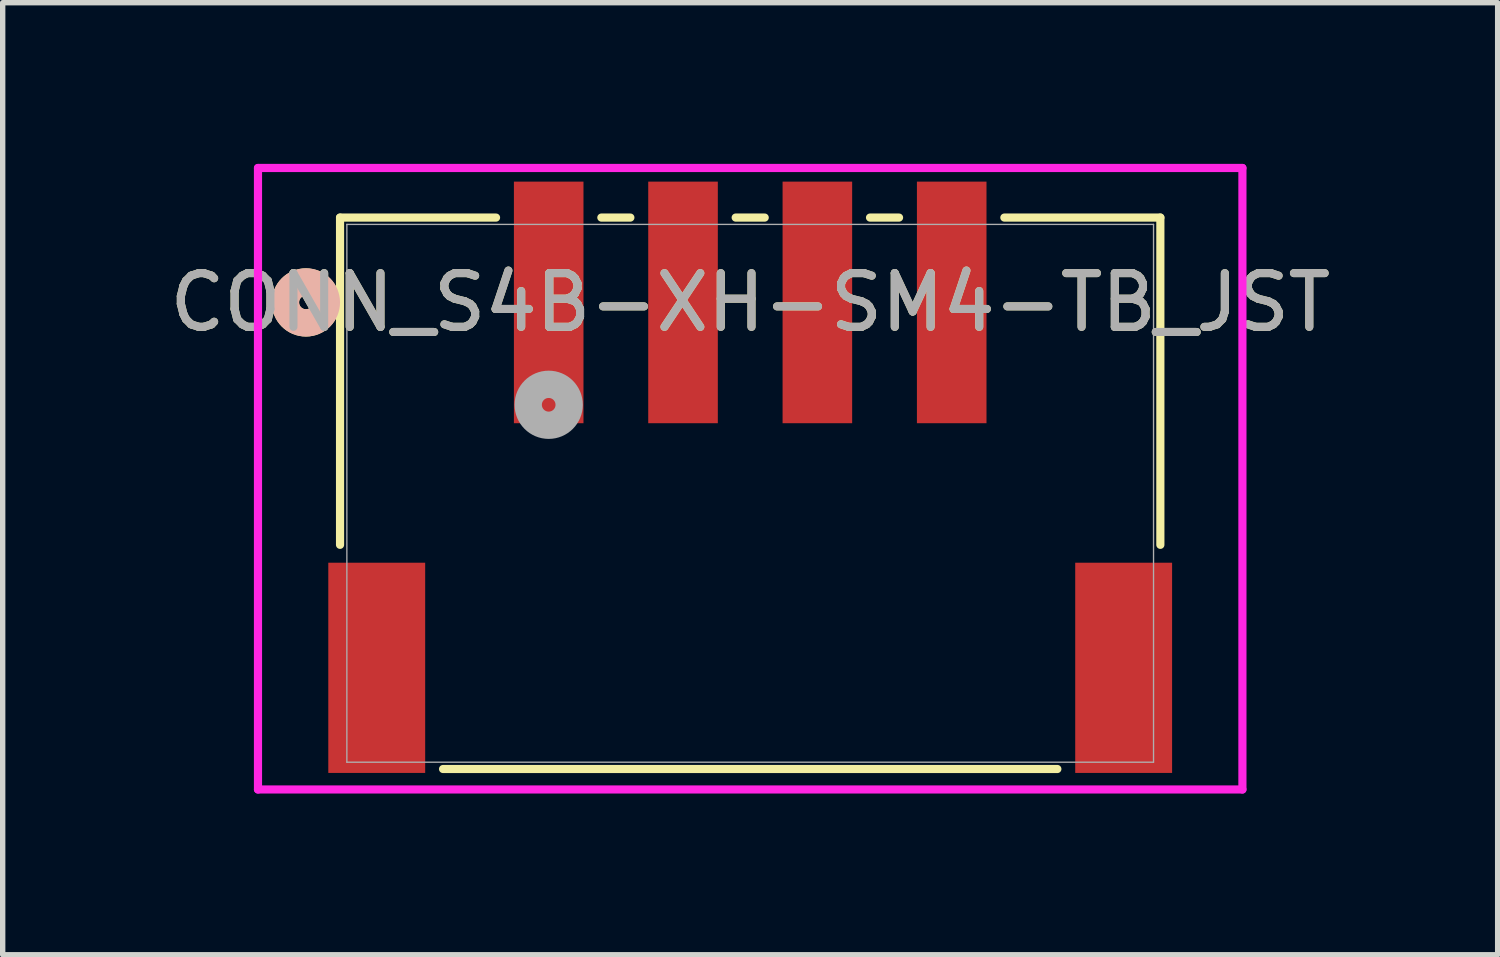
<source format=kicad_pcb>
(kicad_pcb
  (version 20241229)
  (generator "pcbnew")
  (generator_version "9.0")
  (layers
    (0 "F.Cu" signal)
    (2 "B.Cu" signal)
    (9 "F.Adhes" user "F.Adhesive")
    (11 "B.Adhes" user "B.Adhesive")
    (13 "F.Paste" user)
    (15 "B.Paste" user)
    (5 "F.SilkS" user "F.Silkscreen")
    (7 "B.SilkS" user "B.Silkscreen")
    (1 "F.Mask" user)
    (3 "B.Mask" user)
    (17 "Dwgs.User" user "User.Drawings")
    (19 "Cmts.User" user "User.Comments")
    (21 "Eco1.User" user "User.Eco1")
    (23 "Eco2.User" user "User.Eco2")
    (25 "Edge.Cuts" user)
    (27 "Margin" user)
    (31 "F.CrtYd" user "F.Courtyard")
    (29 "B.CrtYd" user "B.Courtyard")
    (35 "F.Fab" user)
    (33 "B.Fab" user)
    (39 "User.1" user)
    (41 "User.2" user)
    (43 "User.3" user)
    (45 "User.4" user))
  (footprint "CONN_S4B-XH-SM4-TB_JST"
    (layer "F.Cu")
    (at 10.911 6.13)
    (property "Reference" "CONN_S4B-XH-SM4-TB_JST" (at 0 -3.552 0) (unlocked yes) (layer "F.SilkS") (effects (font (size 1 1) (thickness 0.15))))
    (attr smd)
    (fp_line (start -7.633 -5.131) (end -7.633 0.959) (stroke (width 0.152) (type solid)) (layer "F.SilkS"))
    (fp_line (start -5.716 5.131) (end 5.716 5.131) (stroke (width 0.152) (type solid)) (layer "F.SilkS"))
    (fp_line (start -4.73 -5.131) (end -7.633 -5.131) (stroke (width 0.152) (type solid)) (layer "F.SilkS"))
    (fp_line (start -2.23 -5.131) (end -2.77 -5.131) (stroke (width 0.152) (type solid)) (layer "F.SilkS"))
    (fp_line (start 0.27 -5.131) (end -0.27 -5.131) (stroke (width 0.152) (type solid)) (layer "F.SilkS"))
    (fp_line (start 2.77 -5.131) (end 2.23 -5.131) (stroke (width 0.152) (type solid)) (layer "F.SilkS"))
    (fp_line (start 7.633 -5.131) (end 4.73 -5.131) (stroke (width 0.152) (type solid)) (layer "F.SilkS"))
    (fp_line (start 7.633 0.959) (end 7.633 -5.131) (stroke (width 0.152) (type solid)) (layer "F.SilkS"))
    (fp_circle (center -8.268 -3.552) (end -7.887 -3.552) (stroke (width 0.508) (type solid)) (fill no) (layer "F.SilkS"))
    (fp_circle (center -8.268 -3.552) (end -7.887 -3.552) (stroke (width 0.508) (type solid)) (fill no) (layer "B.SilkS"))
    (fp_line (start -9.16 -6.054) (end -9.16 5.512) (stroke (width 0.152) (type solid)) (layer "F.CrtYd"))
    (fp_line (start -9.16 5.512) (end 9.16 5.512) (stroke (width 0.152) (type solid)) (layer "F.CrtYd"))
    (fp_line (start 9.16 -6.054) (end -9.16 -6.054) (stroke (width 0.152) (type solid)) (layer "F.CrtYd"))
    (fp_line (start 9.16 5.512) (end 9.16 -6.054) (stroke (width 0.152) (type solid)) (layer "F.CrtYd"))
    (fp_line (start -7.506 -5.004) (end -7.506 5.004) (stroke (width 0.025) (type solid)) (layer "F.Fab"))
    (fp_line (start -7.506 5.004) (end 7.506 5.004) (stroke (width 0.025) (type solid)) (layer "F.Fab"))
    (fp_line (start 7.506 -5.004) (end -7.506 -5.004) (stroke (width 0.025) (type solid)) (layer "F.Fab"))
    (fp_line (start 7.506 5.004) (end 7.506 -5.004) (stroke (width 0.025) (type solid)) (layer "F.Fab"))
    (fp_circle (center -3.75 -1.647) (end -3.369 -1.647) (stroke (width 0.508) (type solid)) (fill no) (layer "F.Fab"))
    (fp_text user "${REFERENCE}" (at 0 -3.552 0) (unlocked yes) (layer "F.Fab") (effects (font (size 1 1) (thickness 0.15))))
    (pad "1" smd rect (at -3.75 -3.552) (size 1.295 4.496) (layers "F.Cu" "F.Mask" "F.Paste"))
    (pad "2" smd rect (at -1.25 -3.552) (size 1.295 4.496) (layers "F.Cu" "F.Mask" "F.Paste"))
    (pad "3" smd rect (at 1.25 -3.552) (size 1.295 4.496) (layers "F.Cu" "F.Mask" "F.Paste"))
    (pad "4" smd rect (at 3.75 -3.552) (size 1.295 4.496) (layers "F.Cu" "F.Mask" "F.Paste"))
    (pad "5" smd rect (at -6.95 3.248 90) (size 3.912 1.803) (layers "F.Cu" "F.Mask" "F.Paste"))
    (pad "6" smd rect (at 6.95 3.248 90) (size 3.912 1.803) (layers "F.Cu" "F.Mask" "F.Paste")))
  (gr_rect
    (start -3 -3)
    (end 24.821 14.718)
    (stroke (width 0.1) (type default))
    (fill no)
    (layer "Edge.Cuts")))
</source>
